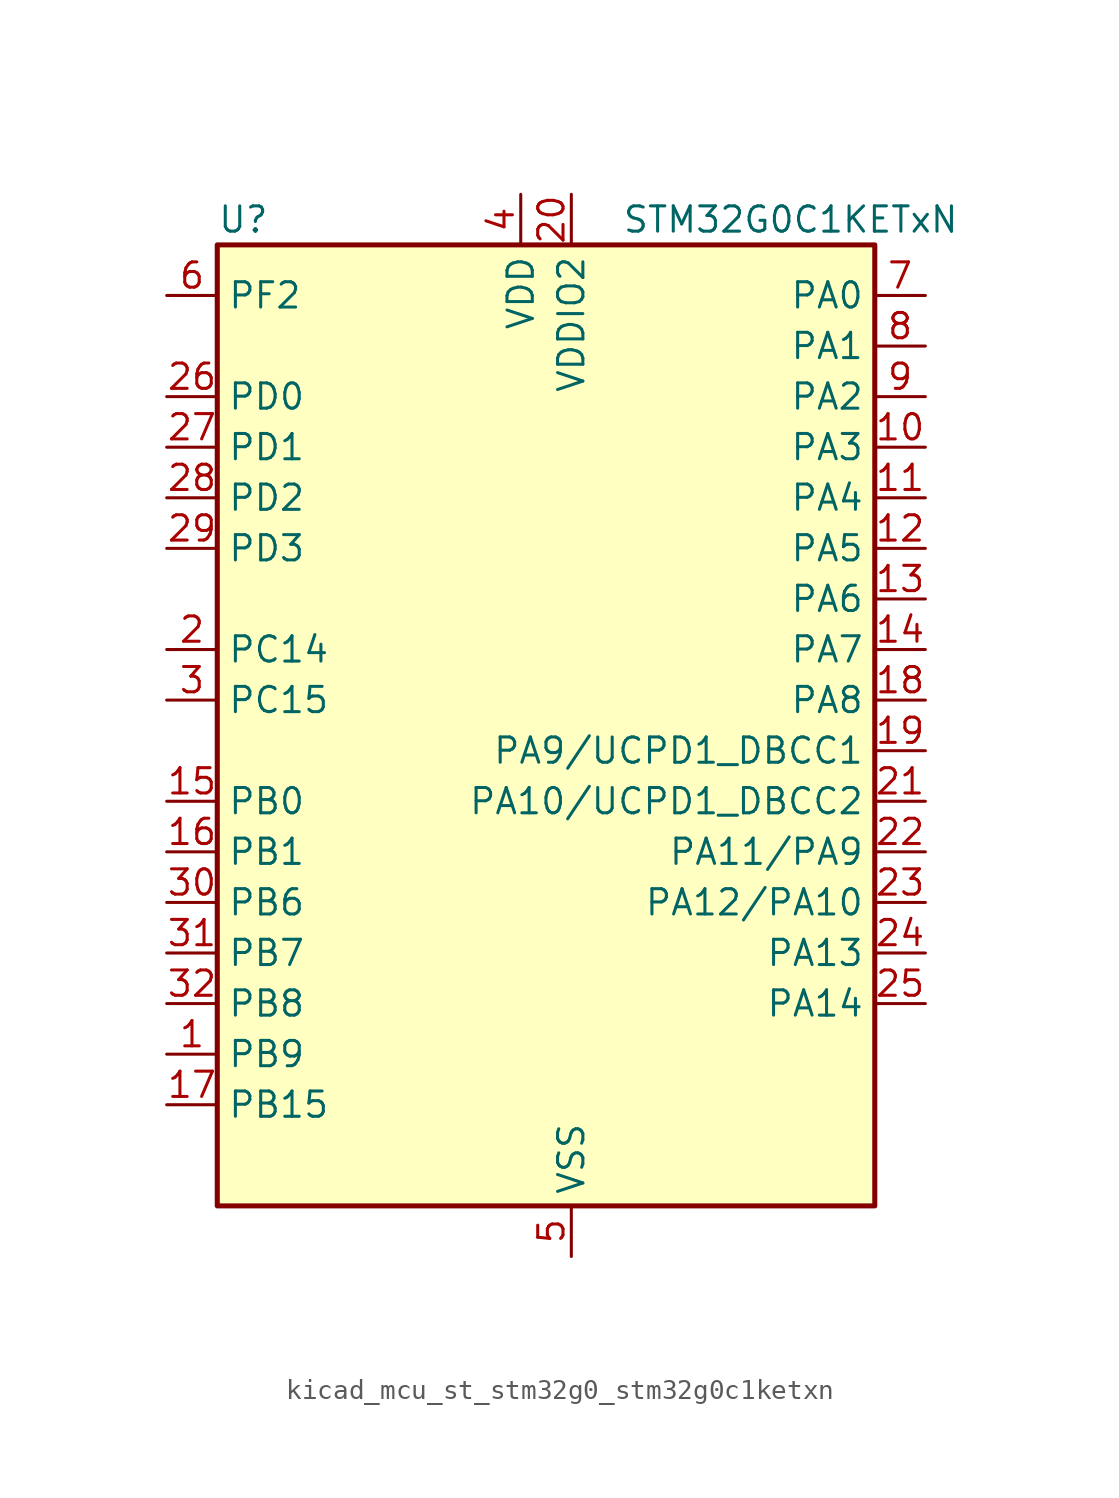
<source format=kicad_sym>
(kicad_symbol_lib
  (version 20220914)
  (generator kicad_symbol_editor)
  (symbol "kicad_mcu_st_stm32g0_stm32g0c1ketxn"
    (property "Reference" "U"
      (at -15.24 26.67 0)
      (effects (font (size 1.27 1.27)) (justify left)))
    (property "Value" "STM32G0C1KETxN"
      (at 5.08 26.67 0)
      (effects (font (size 1.27 1.27)) (justify left)))
    (property "ki_locked" ""
      (at 0 0 0)
      (effects (font (size 1.27 1.27))))
    (symbol "kicad_mcu_st_stm32g0_stm32g0c1ketxn_0_1"
      (rectangle (start -15.24 -22.86) (end 17.78 25.4) (stroke (width 0.254) (type default)) (fill (type background))))
    (symbol "kicad_mcu_st_stm32g0_stm32g0c1ketxn_1_1"
      (pin bidirectional line (at -17.78 -15.24 0) (length 2.54) (name "PB9" (effects (font (size 1.27 1.27)))) (number "1" (effects (font (size 1.27 1.27)))) (alternate "DAC1_EXTI9" bidirectional line) (alternate "FDCAN1_TX" bidirectional line) (alternate "I2C1_SDA" bidirectional line) (alternate "I2S2_WS" bidirectional line) (alternate "IR_OUT" bidirectional line) (alternate "SPI2_NSS" bidirectional line) (alternate "TIM17_CH1" bidirectional line) (alternate "TIM4_CH4" bidirectional line) (alternate "UCPD2_FRSTX1" bidirectional line) (alternate "UCPD2_FRSTX2" bidirectional line) (alternate "USART3_RX" bidirectional line) (alternate "USART6_RX" bidirectional line))
      (pin bidirectional line (at 20.32 15.24 180) (length 2.54) (name "PA3" (effects (font (size 1.27 1.27)))) (number "10" (effects (font (size 1.27 1.27)))) (alternate "ADC1_IN3" bidirectional line) (alternate "COMP2_INP" bidirectional line) (alternate "I2S2_MCK" bidirectional line) (alternate "LPUART1_RX" bidirectional line) (alternate "SPI2_MISO" bidirectional line) (alternate "TIM15_CH2" bidirectional line) (alternate "TIM2_CH4" bidirectional line) (alternate "UCPD2_FRSTX1" bidirectional line) (alternate "UCPD2_FRSTX2" bidirectional line) (alternate "USART2_RX" bidirectional line))
      (pin bidirectional line (at 20.32 12.7 180) (length 2.54) (name "PA4" (effects (font (size 1.27 1.27)))) (number "11" (effects (font (size 1.27 1.27)))) (alternate "ADC1_IN4" bidirectional line) (alternate "DAC1_OUT1" bidirectional line) (alternate "I2S1_WS" bidirectional line) (alternate "I2S2_SD" bidirectional line) (alternate "LPTIM2_OUT" bidirectional line) (alternate "RTC_OUT1" bidirectional line) (alternate "RTC_TAMP_IN1" bidirectional line) (alternate "RTC_TS" bidirectional line) (alternate "SPI1_NSS" bidirectional line) (alternate "SPI2_MOSI" bidirectional line) (alternate "SYS_WKUP2" bidirectional line) (alternate "TIM14_CH1" bidirectional line) (alternate "UCPD2_FRSTX1" bidirectional line) (alternate "UCPD2_FRSTX2" bidirectional line) (alternate "USART6_TX" bidirectional line) (alternate "USB_NOE" bidirectional line))
      (pin bidirectional line (at 20.32 10.16 180) (length 2.54) (name "PA5" (effects (font (size 1.27 1.27)))) (number "12" (effects (font (size 1.27 1.27)))) (alternate "ADC1_IN5" bidirectional line) (alternate "CEC" bidirectional line) (alternate "DAC1_OUT2" bidirectional line) (alternate "I2S1_CK" bidirectional line) (alternate "LPTIM2_ETR" bidirectional line) (alternate "SPI1_SCK" bidirectional line) (alternate "TIM2_CH1" bidirectional line) (alternate "TIM2_ETR" bidirectional line) (alternate "UCPD1_FRSTX1" bidirectional line) (alternate "UCPD1_FRSTX2" bidirectional line) (alternate "USART3_TX" bidirectional line) (alternate "USART6_RX" bidirectional line))
      (pin bidirectional line (at 20.32 7.62 180) (length 2.54) (name "PA6" (effects (font (size 1.27 1.27)))) (number "13" (effects (font (size 1.27 1.27)))) (alternate "ADC1_IN6" bidirectional line) (alternate "COMP1_OUT" bidirectional line) (alternate "I2C2_SDA" bidirectional line) (alternate "I2C3_SDA" bidirectional line) (alternate "I2S1_MCK" bidirectional line) (alternate "LPUART1_CTS" bidirectional line) (alternate "SPI1_MISO" bidirectional line) (alternate "TIM16_CH1" bidirectional line) (alternate "TIM1_BK" bidirectional line) (alternate "TIM3_CH1" bidirectional line) (alternate "USART3_CTS" bidirectional line) (alternate "USART3_NSS" bidirectional line) (alternate "USART6_CTS" bidirectional line) (alternate "USART6_NSS" bidirectional line))
      (pin bidirectional line (at 20.32 5.08 180) (length 2.54) (name "PA7" (effects (font (size 1.27 1.27)))) (number "14" (effects (font (size 1.27 1.27)))) (alternate "ADC1_IN7" bidirectional line) (alternate "COMP2_OUT" bidirectional line) (alternate "I2C2_SCL" bidirectional line) (alternate "I2C3_SCL" bidirectional line) (alternate "I2S1_SD" bidirectional line) (alternate "SPI1_MOSI" bidirectional line) (alternate "TIM14_CH1" bidirectional line) (alternate "TIM17_CH1" bidirectional line) (alternate "TIM1_CH1N" bidirectional line) (alternate "TIM3_CH2" bidirectional line) (alternate "UCPD1_FRSTX1" bidirectional line) (alternate "UCPD1_FRSTX2" bidirectional line) (alternate "USART6_CK" bidirectional line) (alternate "USART6_DE" bidirectional line) (alternate "USART6_RTS" bidirectional line))
      (pin bidirectional line (at -17.78 -2.54 0) (length 2.54) (name "PB0" (effects (font (size 1.27 1.27)))) (number "15" (effects (font (size 1.27 1.27)))) (alternate "ADC1_IN8" bidirectional line) (alternate "COMP1_OUT" bidirectional line) (alternate "COMP3_INP" bidirectional line) (alternate "FDCAN2_RX" bidirectional line) (alternate "I2S1_WS" bidirectional line) (alternate "LPTIM1_OUT" bidirectional line) (alternate "LPUART2_CTS" bidirectional line) (alternate "SPI1_NSS" bidirectional line) (alternate "TIM1_CH2N" bidirectional line) (alternate "TIM3_CH3" bidirectional line) (alternate "UCPD1_FRSTX1" bidirectional line) (alternate "UCPD1_FRSTX2" bidirectional line) (alternate "USART3_RX" bidirectional line) (alternate "USART5_TX" bidirectional line))
      (pin bidirectional line (at -17.78 -5.08 0) (length 2.54) (name "PB1" (effects (font (size 1.27 1.27)))) (number "16" (effects (font (size 1.27 1.27)))) (alternate "ADC1_IN9" bidirectional line) (alternate "COMP1_INM" bidirectional line) (alternate "COMP3_OUT" bidirectional line) (alternate "FDCAN2_TX" bidirectional line) (alternate "LPTIM2_IN1" bidirectional line) (alternate "LPUART1_DE" bidirectional line) (alternate "LPUART1_RTS" bidirectional line) (alternate "LPUART2_DE" bidirectional line) (alternate "LPUART2_RTS" bidirectional line) (alternate "TIM14_CH1" bidirectional line) (alternate "TIM1_CH3N" bidirectional line) (alternate "TIM3_CH4" bidirectional line) (alternate "USART3_CK" bidirectional line) (alternate "USART3_DE" bidirectional line) (alternate "USART3_RTS" bidirectional line) (alternate "USART5_RX" bidirectional line))
      (pin bidirectional line (at -17.78 -17.78 0) (length 2.54) (name "PB15" (effects (font (size 1.27 1.27)))) (number "17" (effects (font (size 1.27 1.27)))) (alternate "I2S2_SD" bidirectional line) (alternate "RTC_REFIN" bidirectional line) (alternate "SPI2_MOSI" bidirectional line) (alternate "TIM15_CH1N" bidirectional line) (alternate "TIM15_CH2" bidirectional line) (alternate "TIM1_CH3N" bidirectional line) (alternate "UCPD1_CC2" bidirectional line) (alternate "USART6_CTS" bidirectional line) (alternate "USART6_NSS" bidirectional line))
      (pin bidirectional line (at 20.32 2.54 180) (length 2.54) (name "PA8" (effects (font (size 1.27 1.27)))) (number "18" (effects (font (size 1.27 1.27)))) (alternate "CRS1_SYNC" bidirectional line) (alternate "I2C2_SMBA" bidirectional line) (alternate "I2S2_WS" bidirectional line) (alternate "LPTIM2_OUT" bidirectional line) (alternate "RCC_MCO" bidirectional line) (alternate "SPI2_NSS" bidirectional line) (alternate "TIM1_CH1" bidirectional line) (alternate "UCPD1_CC1" bidirectional line))
      (pin bidirectional line (at 20.32 0 180) (length 2.54) (name "PA9/UCPD1_DBCC1" (effects (font (size 1.27 1.27)))) (number "19" (effects (font (size 1.27 1.27)))) (alternate "DAC1_EXTI9" bidirectional line) (alternate "I2C1_SCL" bidirectional line) (alternate "I2C2_SCL" bidirectional line) (alternate "I2S2_MCK" bidirectional line) (alternate "RCC_MCO" bidirectional line) (alternate "SPI2_MISO" bidirectional line) (alternate "TIM15_BK" bidirectional line) (alternate "TIM1_CH2" bidirectional line) (alternate "UCPD1_DBCC1" bidirectional line) (alternate "USART1_TX" bidirectional line))
      (pin bidirectional line (at -17.78 5.08 0) (length 2.54) (name "PC14" (effects (font (size 1.27 1.27)))) (number "2" (effects (font (size 1.27 1.27)))) (alternate "RCC_OSC32_IN" bidirectional line) (alternate "RCC_OSC_IN" bidirectional line) (alternate "TIM1_BK2" bidirectional line))
      (pin power_in line (at 2.54 27.94 270) (length 2.54) (name "VDDIO2" (effects (font (size 1.27 1.27)))) (number "20" (effects (font (size 1.27 1.27)))))
      (pin bidirectional line (at 20.32 -2.54 180) (length 2.54) (name "PA10/UCPD1_DBCC2" (effects (font (size 1.27 1.27)))) (number "21" (effects (font (size 1.27 1.27)))) (alternate "I2C1_SDA" bidirectional line) (alternate "I2C2_SDA" bidirectional line) (alternate "I2S2_SD" bidirectional line) (alternate "RCC_MCO_2" bidirectional line) (alternate "SPI2_MOSI" bidirectional line) (alternate "TIM17_BK" bidirectional line) (alternate "TIM1_CH3" bidirectional line) (alternate "UCPD1_DBCC2" bidirectional line) (alternate "USART1_RX" bidirectional line))
      (pin bidirectional line (at 20.32 -5.08 180) (length 2.54) (name "PA11/PA9" (effects (font (size 1.27 1.27)))) (number "22" (effects (font (size 1.27 1.27)))) (alternate "ADC1_EXTI11" bidirectional line) (alternate "COMP1_OUT" bidirectional line) (alternate "FDCAN1_RX" bidirectional line) (alternate "I2C2_SCL" bidirectional line) (alternate "I2S1_MCK" bidirectional line) (alternate "SPI1_MISO" bidirectional line) (alternate "TIM1_BK2" bidirectional line) (alternate "TIM1_CH4" bidirectional line) (alternate "USART1_CTS" bidirectional line) (alternate "USART1_NSS" bidirectional line) (alternate "USB_DM" bidirectional line))
      (pin bidirectional line (at 20.32 -7.62 180) (length 2.54) (name "PA12/PA10" (effects (font (size 1.27 1.27)))) (number "23" (effects (font (size 1.27 1.27)))) (alternate "COMP2_OUT" bidirectional line) (alternate "FDCAN1_TX" bidirectional line) (alternate "I2C2_SDA" bidirectional line) (alternate "I2S1_SD" bidirectional line) (alternate "I2S_CKIN" bidirectional line) (alternate "SPI1_MOSI" bidirectional line) (alternate "TIM1_ETR" bidirectional line) (alternate "USART1_CK" bidirectional line) (alternate "USART1_DE" bidirectional line) (alternate "USART1_RTS" bidirectional line) (alternate "USB_DP" bidirectional line))
      (pin bidirectional line (at 20.32 -10.16 180) (length 2.54) (name "PA13" (effects (font (size 1.27 1.27)))) (number "24" (effects (font (size 1.27 1.27)))) (alternate "IR_OUT" bidirectional line) (alternate "LPUART2_RX" bidirectional line) (alternate "SYS_SWDIO" bidirectional line) (alternate "USB_NOE" bidirectional line))
      (pin bidirectional line (at 20.32 -12.7 180) (length 2.54) (name "PA14" (effects (font (size 1.27 1.27)))) (number "25" (effects (font (size 1.27 1.27)))) (alternate "LPUART2_TX" bidirectional line) (alternate "SYS_SWCLK" bidirectional line) (alternate "USART2_TX" bidirectional line))
      (pin bidirectional line (at -17.78 17.78 0) (length 2.54) (name "PD0" (effects (font (size 1.27 1.27)))) (number "26" (effects (font (size 1.27 1.27)))) (alternate "FDCAN1_RX" bidirectional line) (alternate "I2S2_WS" bidirectional line) (alternate "SPI2_NSS" bidirectional line) (alternate "TIM16_CH1" bidirectional line) (alternate "UCPD2_CC1" bidirectional line))
      (pin bidirectional line (at -17.78 15.24 0) (length 2.54) (name "PD1" (effects (font (size 1.27 1.27)))) (number "27" (effects (font (size 1.27 1.27)))) (alternate "FDCAN1_TX" bidirectional line) (alternate "I2S2_CK" bidirectional line) (alternate "SPI2_SCK" bidirectional line) (alternate "TIM17_CH1" bidirectional line) (alternate "UCPD2_DBCC1" bidirectional line))
      (pin bidirectional line (at -17.78 12.7 0) (length 2.54) (name "PD2" (effects (font (size 1.27 1.27)))) (number "28" (effects (font (size 1.27 1.27)))) (alternate "TIM1_CH1N" bidirectional line) (alternate "TIM3_ETR" bidirectional line) (alternate "UCPD2_CC2" bidirectional line) (alternate "USART3_CK" bidirectional line) (alternate "USART3_DE" bidirectional line) (alternate "USART3_RTS" bidirectional line) (alternate "USART5_RX" bidirectional line))
      (pin bidirectional line (at -17.78 10.16 0) (length 2.54) (name "PD3" (effects (font (size 1.27 1.27)))) (number "29" (effects (font (size 1.27 1.27)))) (alternate "I2S2_MCK" bidirectional line) (alternate "SPI2_MISO" bidirectional line) (alternate "TIM1_CH2N" bidirectional line) (alternate "UCPD2_DBCC2" bidirectional line) (alternate "USART2_CTS" bidirectional line) (alternate "USART2_NSS" bidirectional line) (alternate "USART5_TX" bidirectional line))
      (pin bidirectional line (at -17.78 2.54 0) (length 2.54) (name "PC15" (effects (font (size 1.27 1.27)))) (number "3" (effects (font (size 1.27 1.27)))) (alternate "RCC_OSC32_EN" bidirectional line) (alternate "RCC_OSC32_OUT" bidirectional line) (alternate "RCC_OSC_EN" bidirectional line) (alternate "TIM15_BK" bidirectional line))
      (pin bidirectional line (at -17.78 -7.62 0) (length 2.54) (name "PB6" (effects (font (size 1.27 1.27)))) (number "30" (effects (font (size 1.27 1.27)))) (alternate "COMP2_INP" bidirectional line) (alternate "FDCAN2_TX" bidirectional line) (alternate "I2C1_SCL" bidirectional line) (alternate "I2S2_MCK" bidirectional line) (alternate "LPTIM1_ETR" bidirectional line) (alternate "LPUART2_TX" bidirectional line) (alternate "SPI2_MISO" bidirectional line) (alternate "TIM16_CH1N" bidirectional line) (alternate "TIM1_CH3" bidirectional line) (alternate "TIM4_CH1" bidirectional line) (alternate "USART1_TX" bidirectional line) (alternate "USART5_CTS" bidirectional line) (alternate "USART5_NSS" bidirectional line))
      (pin bidirectional line (at -17.78 -10.16 0) (length 2.54) (name "PB7" (effects (font (size 1.27 1.27)))) (number "31" (effects (font (size 1.27 1.27)))) (alternate "COMP2_INM" bidirectional line) (alternate "I2C1_SDA" bidirectional line) (alternate "I2S2_SD" bidirectional line) (alternate "LPTIM1_IN2" bidirectional line) (alternate "LPUART2_RX" bidirectional line) (alternate "SPI2_MOSI" bidirectional line) (alternate "SYS_PVD_IN" bidirectional line) (alternate "TIM17_CH1N" bidirectional line) (alternate "TIM4_CH2" bidirectional line) (alternate "USART1_RX" bidirectional line) (alternate "USART4_CTS" bidirectional line) (alternate "USART4_NSS" bidirectional line))
      (pin bidirectional line (at -17.78 -12.7 0) (length 2.54) (name "PB8" (effects (font (size 1.27 1.27)))) (number "32" (effects (font (size 1.27 1.27)))) (alternate "CEC" bidirectional line) (alternate "FDCAN1_RX" bidirectional line) (alternate "I2C1_SCL" bidirectional line) (alternate "I2S2_CK" bidirectional line) (alternate "SPI2_SCK" bidirectional line) (alternate "TIM15_BK" bidirectional line) (alternate "TIM16_CH1" bidirectional line) (alternate "TIM4_CH3" bidirectional line) (alternate "USART3_TX" bidirectional line) (alternate "USART6_TX" bidirectional line))
      (pin power_in line (at 0 27.94 270) (length 2.54) (name "VDD" (effects (font (size 1.27 1.27)))) (number "4" (effects (font (size 1.27 1.27)))))
      (pin power_in line (at 2.54 -25.4 90) (length 2.54) (name "VSS" (effects (font (size 1.27 1.27)))) (number "5" (effects (font (size 1.27 1.27)))))
      (pin bidirectional line (at -17.78 22.86 0) (length 2.54) (name "PF2" (effects (font (size 1.27 1.27)))) (number "6" (effects (font (size 1.27 1.27)))) (alternate "LPUART2_DE" bidirectional line) (alternate "LPUART2_RTS" bidirectional line) (alternate "LPUART2_TX" bidirectional line) (alternate "RCC_MCO" bidirectional line))
      (pin bidirectional line (at 20.32 22.86 180) (length 2.54) (name "PA0" (effects (font (size 1.27 1.27)))) (number "7" (effects (font (size 1.27 1.27)))) (alternate "ADC1_IN0" bidirectional line) (alternate "COMP1_INM" bidirectional line) (alternate "COMP1_OUT" bidirectional line) (alternate "I2S2_CK" bidirectional line) (alternate "LPTIM1_OUT" bidirectional line) (alternate "RTC_TAMP_IN2" bidirectional line) (alternate "SPI2_SCK" bidirectional line) (alternate "SYS_WKUP1" bidirectional line) (alternate "TIM2_CH1" bidirectional line) (alternate "TIM2_ETR" bidirectional line) (alternate "UCPD2_FRSTX1" bidirectional line) (alternate "UCPD2_FRSTX2" bidirectional line) (alternate "USART2_CTS" bidirectional line) (alternate "USART2_NSS" bidirectional line) (alternate "USART4_TX" bidirectional line))
      (pin bidirectional line (at 20.32 20.32 180) (length 2.54) (name "PA1" (effects (font (size 1.27 1.27)))) (number "8" (effects (font (size 1.27 1.27)))) (alternate "ADC1_IN1" bidirectional line) (alternate "COMP1_INP" bidirectional line) (alternate "I2C1_SMBA" bidirectional line) (alternate "I2S1_CK" bidirectional line) (alternate "SPI1_SCK" bidirectional line) (alternate "TIM15_CH1N" bidirectional line) (alternate "TIM2_CH2" bidirectional line) (alternate "USART2_CK" bidirectional line) (alternate "USART2_DE" bidirectional line) (alternate "USART2_RTS" bidirectional line) (alternate "USART4_RX" bidirectional line))
      (pin bidirectional line (at 20.32 17.78 180) (length 2.54) (name "PA2" (effects (font (size 1.27 1.27)))) (number "9" (effects (font (size 1.27 1.27)))) (alternate "ADC1_IN2" bidirectional line) (alternate "COMP2_INM" bidirectional line) (alternate "COMP2_OUT" bidirectional line) (alternate "I2S1_SD" bidirectional line) (alternate "LPUART1_TX" bidirectional line) (alternate "RCC_LSCO" bidirectional line) (alternate "SPI1_MOSI" bidirectional line) (alternate "SYS_WKUP4" bidirectional line) (alternate "TIM15_CH1" bidirectional line) (alternate "TIM2_CH3" bidirectional line) (alternate "UCPD1_FRSTX1" bidirectional line) (alternate "UCPD1_FRSTX2" bidirectional line) (alternate "USART2_TX" bidirectional line)))))
</source>
